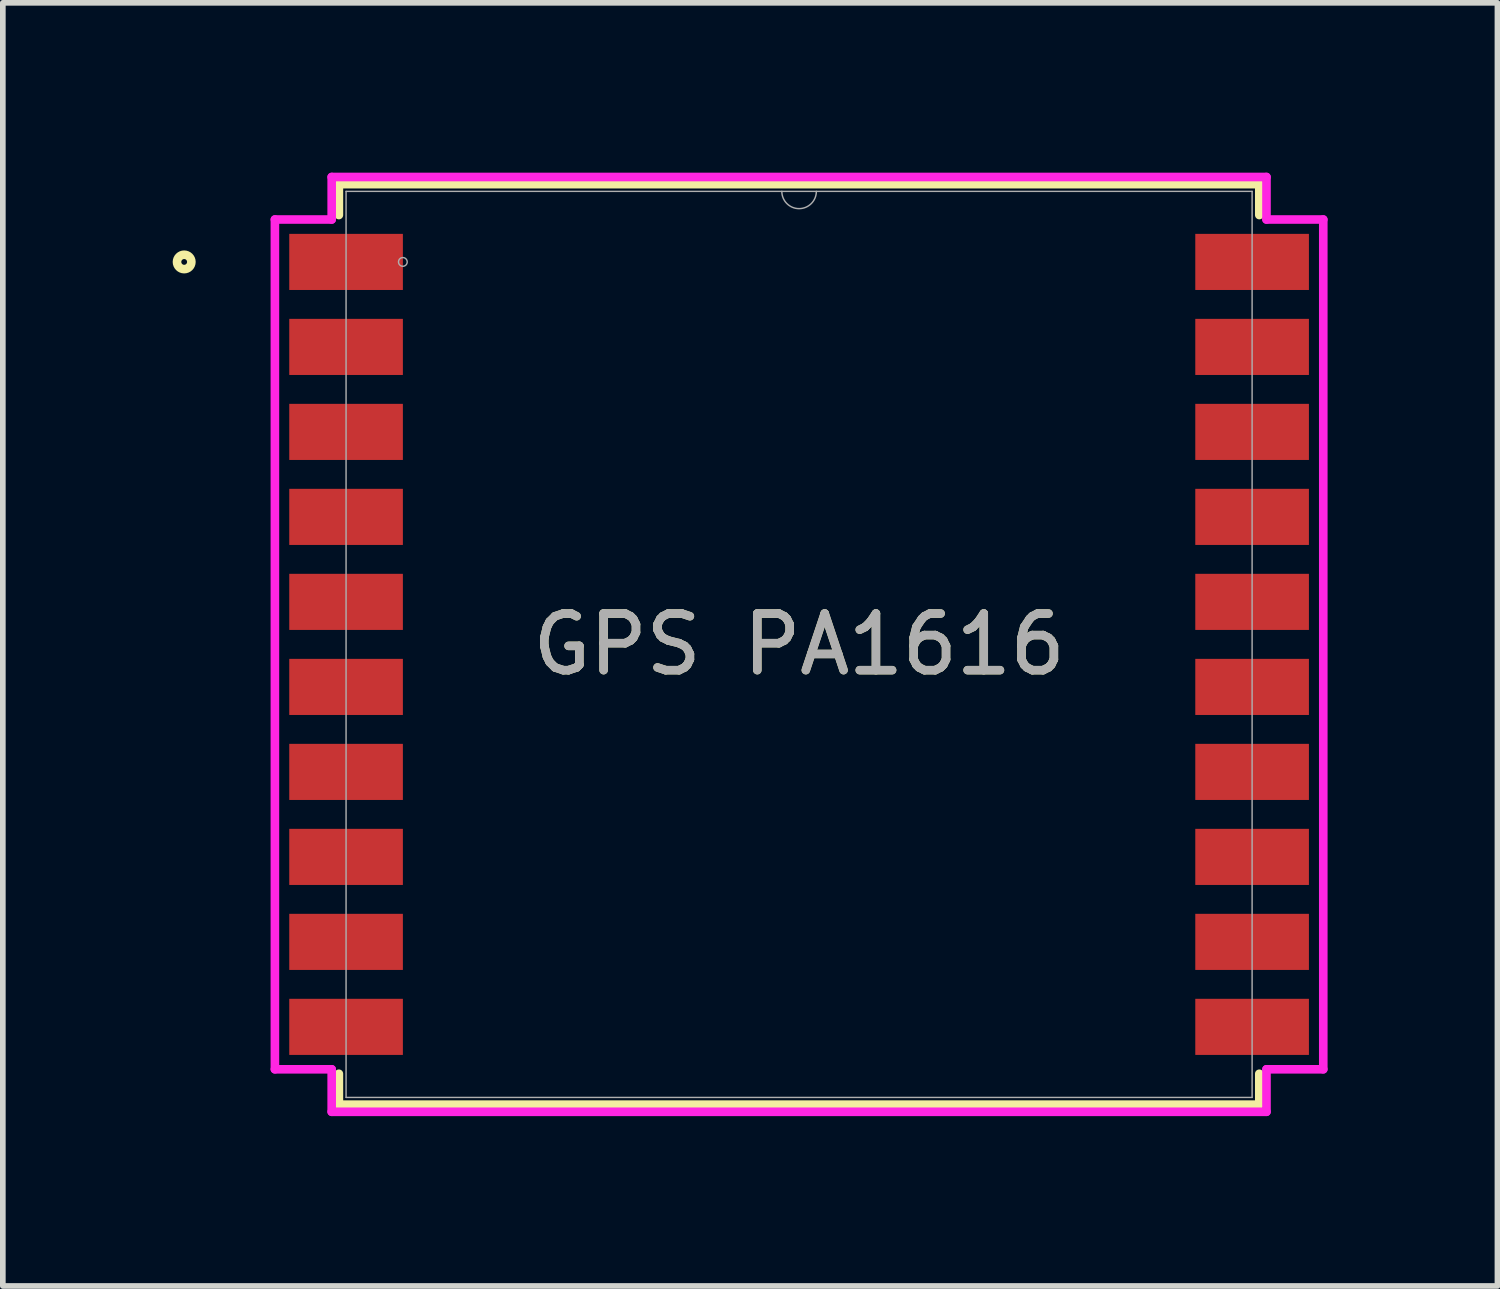
<source format=kicad_pcb>
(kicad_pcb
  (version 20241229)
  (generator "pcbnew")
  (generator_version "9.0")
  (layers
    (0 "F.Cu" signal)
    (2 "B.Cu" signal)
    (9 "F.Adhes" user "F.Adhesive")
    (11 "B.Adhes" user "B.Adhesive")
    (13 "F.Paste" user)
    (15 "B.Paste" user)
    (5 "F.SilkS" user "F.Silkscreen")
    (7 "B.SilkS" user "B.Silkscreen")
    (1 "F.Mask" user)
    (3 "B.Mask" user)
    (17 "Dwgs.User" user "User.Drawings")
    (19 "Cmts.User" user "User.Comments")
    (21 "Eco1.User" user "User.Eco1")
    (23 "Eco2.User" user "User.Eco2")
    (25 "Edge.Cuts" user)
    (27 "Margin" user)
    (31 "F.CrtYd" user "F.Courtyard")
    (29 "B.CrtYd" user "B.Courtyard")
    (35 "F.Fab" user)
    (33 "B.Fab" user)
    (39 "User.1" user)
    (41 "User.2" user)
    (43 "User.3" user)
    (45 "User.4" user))
  (footprint "GPS PA1616"
    (layer "F.Cu")
    (at 11.063 8.331)
    (property "Reference" "GPS PA1616" (at 0 0 0) (unlocked yes) (layer "F.SilkS") (effects (font (size 1 1) (thickness 0.15))))
    (attr smd)
    (fp_line (start -8.128 -8.128) (end -8.128 -7.583) (stroke (width 0.152) (type solid)) (layer "F.SilkS"))
    (fp_line (start -8.128 7.583) (end -8.128 8.128) (stroke (width 0.152) (type solid)) (layer "F.SilkS"))
    (fp_line (start -8.128 8.128) (end 8.128 8.128) (stroke (width 0.152) (type solid)) (layer "F.SilkS"))
    (fp_line (start 8.128 -8.128) (end -8.128 -8.128) (stroke (width 0.152) (type solid)) (layer "F.SilkS"))
    (fp_line (start 8.128 -7.583) (end 8.128 -8.128) (stroke (width 0.152) (type solid)) (layer "F.SilkS"))
    (fp_line (start 8.128 8.128) (end 8.128 7.583) (stroke (width 0.152) (type solid)) (layer "F.SilkS"))
    (fp_circle (center -10.86 -6.755) (end -10.733 -6.755) (stroke (width 0.152) (type solid)) (fill no) (layer "F.SilkS"))
    (fp_poly (pts (xy 0.648 -0.451) (xy 0.636 -0.568) (xy 0.602 -0.68) (xy 0.547 -0.783) (xy 0.473 -0.873) (xy 0.382 -0.947) (xy 0.279 -1.003) (xy 0.167 -1.037) (xy 0.051 -1.048) (xy -0.066 -1.037) (xy -0.178 -1.003) (xy -0.281 -0.947) (xy -0.371 -0.873) (xy -0.446 -0.783) (xy -0.501 -0.68) (xy -0.535 -0.568) (xy -0.546 -0.451) (xy -0.535 -0.335) (xy -0.501 -0.223) (xy -0.446 -0.119) (xy -0.371 -0.029) (xy -0.281 0.045) (xy -0.178 0.1) (xy -0.066 0.134) (xy 0.051 0.146) (xy 0.167 0.134) (xy 0.279 0.1) (xy 0.382 0.045) (xy 0.473 -0.029) (xy 0.547 -0.119) (xy 0.602 -0.223) (xy 0.636 -0.335)) (stroke (width 0.1) (type solid)) (fill no) (layer "Eco2.User"))
    (fp_line (start -9.258 -7.504) (end -8.255 -7.504) (stroke (width 0.152) (type solid)) (layer "F.CrtYd"))
    (fp_line (start -9.258 7.504) (end -9.258 -7.504) (stroke (width 0.152) (type solid)) (layer "F.CrtYd"))
    (fp_line (start -9.258 7.504) (end -8.255 7.504) (stroke (width 0.152) (type solid)) (layer "F.CrtYd"))
    (fp_line (start -8.255 -8.255) (end 8.255 -8.255) (stroke (width 0.152) (type solid)) (layer "F.CrtYd"))
    (fp_line (start -8.255 -7.504) (end -8.255 -8.255) (stroke (width 0.152) (type solid)) (layer "F.CrtYd"))
    (fp_line (start -8.255 8.255) (end -8.255 7.504) (stroke (width 0.152) (type solid)) (layer "F.CrtYd"))
    (fp_line (start 8.255 -8.255) (end 8.255 -7.504) (stroke (width 0.152) (type solid)) (layer "F.CrtYd"))
    (fp_line (start 8.255 7.504) (end 8.255 8.255) (stroke (width 0.152) (type solid)) (layer "F.CrtYd"))
    (fp_line (start 8.255 8.255) (end -8.255 8.255) (stroke (width 0.152) (type solid)) (layer "F.CrtYd"))
    (fp_line (start 9.258 -7.504) (end 8.255 -7.504) (stroke (width 0.152) (type solid)) (layer "F.CrtYd"))
    (fp_line (start 9.258 -7.504) (end 9.258 7.504) (stroke (width 0.152) (type solid)) (layer "F.CrtYd"))
    (fp_line (start 9.258 7.504) (end 8.255 7.504) (stroke (width 0.152) (type solid)) (layer "F.CrtYd"))
    (fp_line (start -8.001 -8.001) (end -8.001 8.001) (stroke (width 0.025) (type solid)) (layer "F.Fab"))
    (fp_line (start -8.001 8.001) (end 8.001 8.001) (stroke (width 0.025) (type solid)) (layer "F.Fab"))
    (fp_line (start 8.001 -8.001) (end -8.001 -8.001) (stroke (width 0.025) (type solid)) (layer "F.Fab"))
    (fp_line (start 8.001 8.001) (end 8.001 -8.001) (stroke (width 0.025) (type solid)) (layer "F.Fab"))
    (fp_arc (start 0.3048 -8.001) (mid 0 -7.6962) (end -0.3048 -8.001) (stroke (width 0.0254) (type solid)) (layer "F.Fab"))
    (fp_circle (center -6.998 -6.755) (end -6.921 -6.755) (stroke (width 0.025) (type solid)) (fill no) (layer "F.Fab"))
    (fp_text user "${REFERENCE}" (at 0 0 0) (unlocked yes) (layer "F.Fab") (effects (font (size 1 1) (thickness 0.15))))
    (pad "1" smd rect (at -8.001 -6.755) (size 2.007 0.991) (layers "F.Cu" "F.Mask" "F.Paste"))
    (pad "2" smd rect (at -8.001 -5.254) (size 2.007 0.991) (layers "F.Cu" "F.Mask" "F.Paste"))
    (pad "3" smd rect (at -8.001 -3.753) (size 2.007 0.991) (layers "F.Cu" "F.Mask" "F.Paste"))
    (pad "4" smd rect (at -8.001 -2.252) (size 2.007 0.991) (layers "F.Cu" "F.Mask" "F.Paste"))
    (pad "5" smd rect (at -8.001 -0.751) (size 2.007 0.991) (layers "F.Cu" "F.Mask" "F.Paste"))
    (pad "6" smd rect (at -8.001 0.751) (size 2.007 0.991) (layers "F.Cu" "F.Mask" "F.Paste"))
    (pad "7" smd rect (at -8.001 2.252) (size 2.007 0.991) (layers "F.Cu" "F.Mask" "F.Paste"))
    (pad "8" smd rect (at -8.001 3.753) (size 2.007 0.991) (layers "F.Cu" "F.Mask" "F.Paste"))
    (pad "9" smd rect (at -8.001 5.254) (size 2.007 0.991) (layers "F.Cu" "F.Mask" "F.Paste"))
    (pad "10" smd rect (at -8.001 6.755) (size 2.007 0.991) (layers "F.Cu" "F.Mask" "F.Paste"))
    (pad "11" smd rect (at 8.001 6.755) (size 2.007 0.991) (layers "F.Cu" "F.Mask" "F.Paste"))
    (pad "12" smd rect (at 8.001 5.254) (size 2.007 0.991) (layers "F.Cu" "F.Mask" "F.Paste"))
    (pad "13" smd rect (at 8.001 3.753) (size 2.007 0.991) (layers "F.Cu" "F.Mask" "F.Paste"))
    (pad "14" smd rect (at 8.001 2.252) (size 2.007 0.991) (layers "F.Cu" "F.Mask" "F.Paste"))
    (pad "15" smd rect (at 8.001 0.751) (size 2.007 0.991) (layers "F.Cu" "F.Mask" "F.Paste"))
    (pad "16" smd rect (at 8.001 -0.751) (size 2.007 0.991) (layers "F.Cu" "F.Mask" "F.Paste"))
    (pad "17" smd rect (at 8.001 -2.252) (size 2.007 0.991) (layers "F.Cu" "F.Mask" "F.Paste"))
    (pad "18" smd rect (at 8.001 -3.753) (size 2.007 0.991) (layers "F.Cu" "F.Mask" "F.Paste"))
    (pad "19" smd rect (at 8.001 -5.254) (size 2.007 0.991) (layers "F.Cu" "F.Mask" "F.Paste"))
    (pad "20" smd rect (at 8.001 -6.755) (size 2.007 0.991) (layers "F.Cu" "F.Mask" "F.Paste")))
  (gr_rect
    (start -3 -3)
    (end 23.397 19.662)
    (stroke (width 0.1) (type default))
    (fill no)
    (layer "Edge.Cuts")))
</source>
